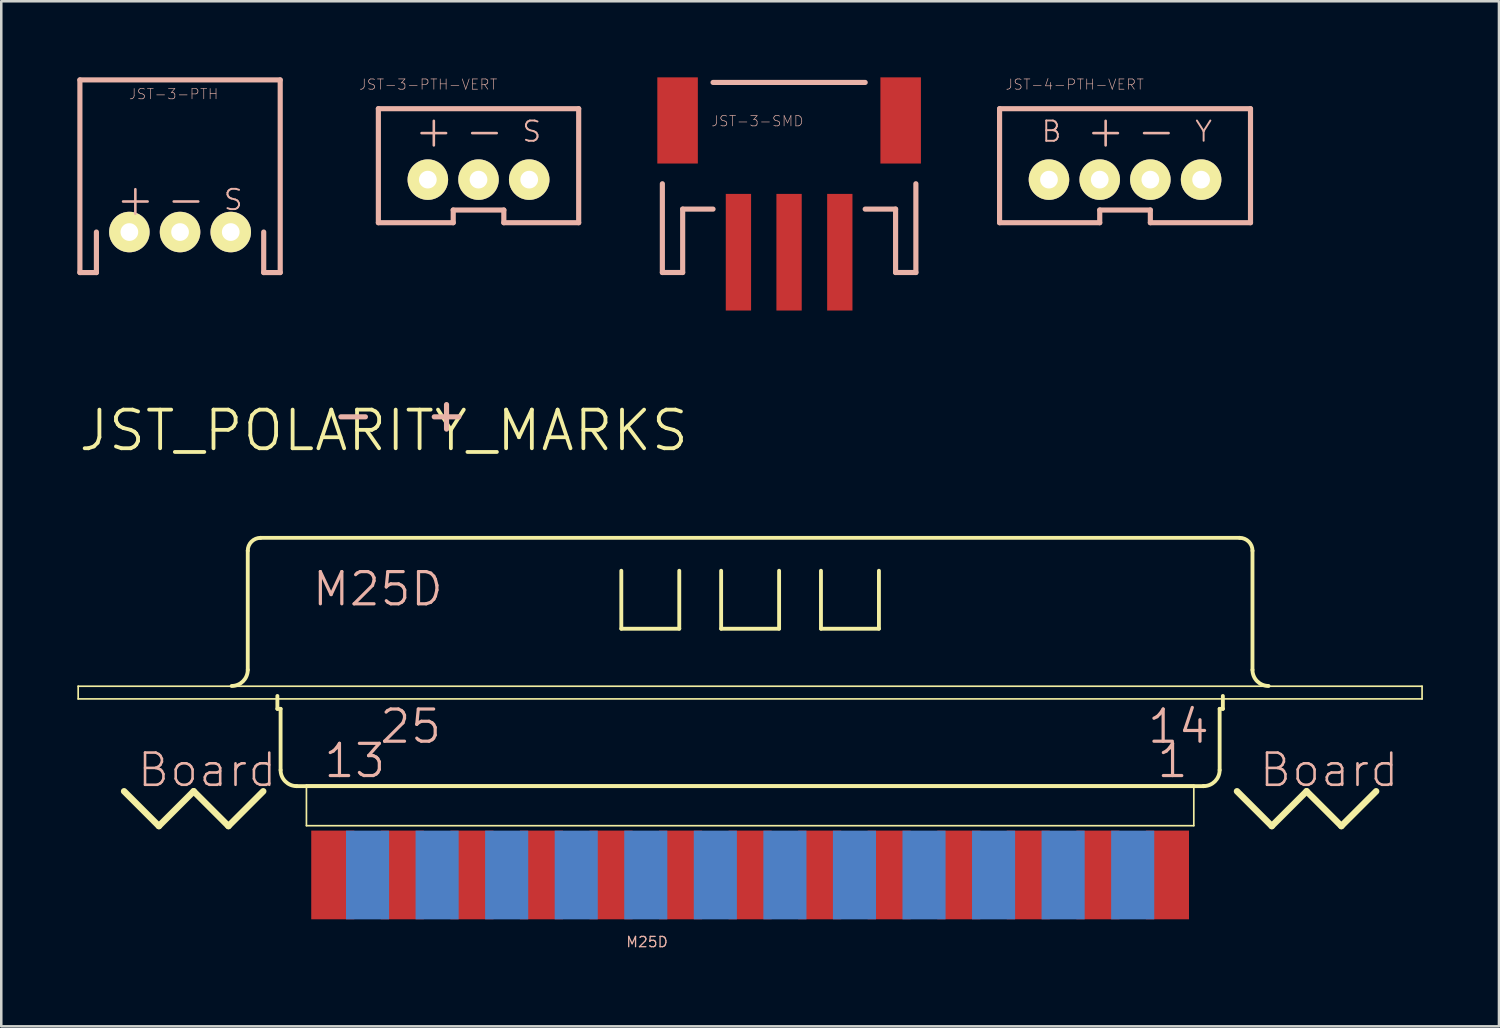
<source format=kicad_pcb>
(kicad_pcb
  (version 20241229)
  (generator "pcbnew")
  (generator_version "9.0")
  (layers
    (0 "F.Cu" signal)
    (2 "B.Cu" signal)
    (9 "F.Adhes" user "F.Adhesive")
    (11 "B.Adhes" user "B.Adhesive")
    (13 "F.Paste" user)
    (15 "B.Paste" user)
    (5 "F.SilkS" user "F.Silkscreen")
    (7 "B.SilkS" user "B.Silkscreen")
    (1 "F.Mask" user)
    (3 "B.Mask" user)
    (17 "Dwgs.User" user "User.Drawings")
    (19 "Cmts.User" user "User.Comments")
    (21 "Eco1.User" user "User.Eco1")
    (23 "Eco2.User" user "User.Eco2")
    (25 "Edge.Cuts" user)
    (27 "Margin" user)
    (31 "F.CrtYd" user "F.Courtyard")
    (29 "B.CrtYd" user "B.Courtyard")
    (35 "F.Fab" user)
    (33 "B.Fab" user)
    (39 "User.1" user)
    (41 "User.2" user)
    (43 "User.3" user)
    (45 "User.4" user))
  (footprint "JST_POLARITY_MARKS"
    (layer "F.Cu")
    (at 12.083 13.931)
    (property "Reference" "JST_POLARITY_MARKS" (at 0 0 0) (layer "F.SilkS") (effects (font (size 1.524 1.524) (thickness 0.15))))
    (attr exclude_from_pos_files exclude_from_bom)
    (fp_text user "-" (at -1.206 -0.635 0) (layer "B.SilkS") (effects (font (size 1.27 1.27) (thickness 0.203))))
    (fp_text user "+" (at 2.477 -0.635 0) (layer "B.SilkS") (effects (font (size 1.27 1.27) (thickness 0.203)))))
  (footprint "JST-3-PTH"
    (layer "F.Cu")
    (at 4.051 6.101)
    (property "Reference" "JST-3-PTH" (at -0.254 -5.441 0) (layer "B.SilkS") (effects (font (size 0.406 0.406) (thickness 0.025))))
    (attr exclude_from_pos_files exclude_from_bom)
    (fp_line (start -3.95 -5.999) (end 3.95 -5.999) (stroke (width 0.203) (type solid)) (layer "B.SilkS"))
    (fp_line (start -3.95 1.598) (end -3.95 -5.999) (stroke (width 0.203) (type solid)) (layer "B.SilkS"))
    (fp_line (start -3.95 1.598) (end -3.299 1.598) (stroke (width 0.203) (type solid)) (layer "B.SilkS"))
    (fp_line (start -3.299 1.598) (end -3.299 0) (stroke (width 0.203) (type solid)) (layer "B.SilkS"))
    (fp_line (start 3.299 1.598) (end 3.299 0) (stroke (width 0.203) (type solid)) (layer "B.SilkS"))
    (fp_line (start 3.95 -5.999) (end 3.95 1.598) (stroke (width 0.203) (type solid)) (layer "B.SilkS"))
    (fp_line (start 3.95 1.598) (end 3.299 1.598) (stroke (width 0.203) (type solid)) (layer "B.SilkS"))
    (fp_text user "+" (at -1.763 -1.303 0) (layer "B.SilkS") (effects (font (size 1.27 1.27) (thickness 0.102))))
    (fp_text user "-" (at 0.234 -1.303 0) (layer "B.SilkS") (effects (font (size 1.27 1.27) (thickness 0.102))))
    (fp_text user "S" (at 2.098 -1.27 0) (layer "B.SilkS") (effects (font (size 0.798 0.798) (thickness 0.076))))
    (pad "1" thru_hole circle (at -1.999 0) (size 1.598 1.598) (drill 0.699) (layers "*.Cu" "F.Mask" "F.SilkS" "F.Paste"))
    (pad "2" thru_hole circle (at 0 0) (size 1.598 1.598) (drill 0.699) (layers "*.Cu" "F.Mask" "F.SilkS" "F.Paste"))
    (pad "3" thru_hole circle (at 1.999 0) (size 1.598 1.598) (drill 0.699) (layers "*.Cu" "F.Mask" "F.SilkS" "F.Paste")))
  (footprint "JST-3-PTH-VERT"
    (layer "F.Cu")
    (at 15.822 3.485)
    (property "Reference" "JST-3-PTH-VERT" (at -1.984 -3.203 0) (layer "B.SilkS") (effects (font (size 0.406 0.406) (thickness 0.025))))
    (attr exclude_from_pos_files exclude_from_bom)
    (fp_line (start -3.95 -2.248) (end 3.95 -2.248) (stroke (width 0.203) (type solid)) (layer "B.SilkS"))
    (fp_line (start -3.95 2.248) (end -3.95 -2.248) (stroke (width 0.203) (type solid)) (layer "B.SilkS"))
    (fp_line (start -0.998 1.748) (end -0.998 2.248) (stroke (width 0.203) (type solid)) (layer "B.SilkS"))
    (fp_line (start -0.998 1.748) (end 0.998 1.748) (stroke (width 0.203) (type solid)) (layer "B.SilkS"))
    (fp_line (start -0.998 2.248) (end -3.95 2.248) (stroke (width 0.203) (type solid)) (layer "B.SilkS"))
    (fp_line (start 0.998 1.748) (end 0.998 2.248) (stroke (width 0.203) (type solid)) (layer "B.SilkS"))
    (fp_line (start 3.95 -2.248) (end 3.95 2.248) (stroke (width 0.203) (type solid)) (layer "B.SilkS"))
    (fp_line (start 3.95 2.248) (end 0.998 2.248) (stroke (width 0.203) (type solid)) (layer "B.SilkS"))
    (fp_text user "-" (at 0.234 -1.384 0) (layer "B.SilkS") (effects (font (size 1.27 1.27) (thickness 0.102))))
    (fp_text user "+" (at -1.763 -1.384 0) (layer "B.SilkS") (effects (font (size 1.27 1.27) (thickness 0.102))))
    (fp_text user "S" (at 2.098 -1.349 0) (layer "B.SilkS") (effects (font (size 0.798 0.798) (thickness 0.076))))
    (pad "1" thru_hole circle (at -1.999 0.549) (size 1.598 1.598) (drill 0.699) (layers "*.Cu" "F.Mask" "F.SilkS" "F.Paste"))
    (pad "2" thru_hole circle (at 0 0.549) (size 1.598 1.598) (drill 0.699) (layers "*.Cu" "F.Mask" "F.SilkS" "F.Paste"))
    (pad "3" thru_hole circle (at 1.999 0.549) (size 1.598 1.598) (drill 0.699) (layers "*.Cu" "F.Mask" "F.SilkS" "F.Paste")))
  (footprint "M25D"
    (layer "F.Cu")
    (at 26.533 25.413)
    (property "Reference" "M25D" (at -4.064 8.687 0) (layer "B.SilkS") (effects (font (size 0.406 0.406) (thickness 0.051))))
    (attr smd)
    (fp_line (start -26.5 -1.4) (end 26.5 -1.4) (stroke (width 0.066) (type solid)) (layer "F.SilkS"))
    (fp_line (start -26.5 -0.899) (end -26.5 -1.4) (stroke (width 0.066) (type solid)) (layer "F.SilkS"))
    (fp_line (start -26.5 -0.899) (end 26.5 -0.899) (stroke (width 0.066) (type solid)) (layer "F.SilkS"))
    (fp_line (start -24.689 2.743) (end -23.317 4.115) (stroke (width 0.254) (type solid)) (layer "F.SilkS"))
    (fp_line (start -23.317 4.115) (end -21.946 2.743) (stroke (width 0.254) (type solid)) (layer "F.SilkS"))
    (fp_line (start -21.946 2.743) (end -20.574 4.115) (stroke (width 0.254) (type solid)) (layer "F.SilkS"))
    (fp_line (start -20.574 4.115) (end -19.202 2.743) (stroke (width 0.254) (type solid)) (layer "F.SilkS"))
    (fp_line (start -19.812 -2.045) (end -19.812 -6.744) (stroke (width 0.152) (type solid)) (layer "F.SilkS"))
    (fp_line (start -19.304 -7.252) (end 19.304 -7.252) (stroke (width 0.152) (type solid)) (layer "F.SilkS"))
    (fp_line (start -18.644 -0.508) (end -18.644 -1.016) (stroke (width 0.152) (type solid)) (layer "F.SilkS"))
    (fp_line (start -18.644 -0.508) (end -18.517 -0.508) (stroke (width 0.152) (type solid)) (layer "F.SilkS"))
    (fp_line (start -18.517 1.905) (end -18.517 -0.508) (stroke (width 0.152) (type solid)) (layer "F.SilkS"))
    (fp_line (start -17.899 2.54) (end 17.882 2.54) (stroke (width 0.152) (type solid)) (layer "F.SilkS"))
    (fp_line (start -17.498 2.499) (end 17.498 2.499) (stroke (width 0.066) (type solid)) (layer "F.SilkS"))
    (fp_line (start -17.498 4.1) (end -17.498 2.499) (stroke (width 0.066) (type solid)) (layer "F.SilkS"))
    (fp_line (start -17.498 4.1) (end 17.498 4.1) (stroke (width 0.066) (type solid)) (layer "F.SilkS"))
    (fp_line (start -5.08 -3.668) (end -5.08 -5.954) (stroke (width 0.152) (type solid)) (layer "F.SilkS"))
    (fp_line (start -2.794 -5.954) (end -2.794 -3.668) (stroke (width 0.152) (type solid)) (layer "F.SilkS"))
    (fp_line (start -2.794 -3.668) (end -5.08 -3.668) (stroke (width 0.152) (type solid)) (layer "F.SilkS"))
    (fp_line (start -1.143 -3.668) (end -1.143 -5.954) (stroke (width 0.152) (type solid)) (layer "F.SilkS"))
    (fp_line (start 1.143 -5.954) (end 1.143 -3.668) (stroke (width 0.152) (type solid)) (layer "F.SilkS"))
    (fp_line (start 1.143 -3.668) (end -1.143 -3.668) (stroke (width 0.152) (type solid)) (layer "F.SilkS"))
    (fp_line (start 2.794 -3.668) (end 2.794 -5.954) (stroke (width 0.152) (type solid)) (layer "F.SilkS"))
    (fp_line (start 5.08 -5.954) (end 5.08 -3.668) (stroke (width 0.152) (type solid)) (layer "F.SilkS"))
    (fp_line (start 5.08 -3.668) (end 2.794 -3.668) (stroke (width 0.152) (type solid)) (layer "F.SilkS"))
    (fp_line (start 17.498 4.1) (end 17.498 2.499) (stroke (width 0.066) (type solid)) (layer "F.SilkS"))
    (fp_line (start 17.882 2.54) (end 17.899 2.54) (stroke (width 0.152) (type solid)) (layer "F.SilkS"))
    (fp_line (start 18.517 -0.508) (end 18.644 -0.508) (stroke (width 0.152) (type solid)) (layer "F.SilkS"))
    (fp_line (start 18.517 1.905) (end 18.517 -0.508) (stroke (width 0.152) (type solid)) (layer "F.SilkS"))
    (fp_line (start 18.644 -0.508) (end 18.644 -1.016) (stroke (width 0.152) (type solid)) (layer "F.SilkS"))
    (fp_line (start 19.202 2.743) (end 20.574 4.115) (stroke (width 0.254) (type solid)) (layer "F.SilkS"))
    (fp_line (start 19.812 -2.045) (end 19.812 -6.744) (stroke (width 0.152) (type solid)) (layer "F.SilkS"))
    (fp_line (start 20.574 4.115) (end 21.946 2.743) (stroke (width 0.254) (type solid)) (layer "F.SilkS"))
    (fp_line (start 21.946 2.743) (end 23.317 4.115) (stroke (width 0.254) (type solid)) (layer "F.SilkS"))
    (fp_line (start 23.317 4.115) (end 24.689 2.743) (stroke (width 0.254) (type solid)) (layer "F.SilkS"))
    (fp_line (start 26.5 -0.899) (end 26.5 -1.4) (stroke (width 0.066) (type solid)) (layer "F.SilkS"))
    (fp_arc (start -19.812 -6.7437) (mid -19.66321 -7.10291) (end -19.304 -7.2517) (stroke (width 0.1524) (type solid)) (layer "F.SilkS"))
    (fp_arc (start -19.812 -2.0447) (mid -19.997987 -1.595687) (end -20.447 -1.4097) (stroke (width 0.1524) (type solid)) (layer "F.SilkS"))
    (fp_arc (start -17.8816 2.54) (mid -18.330613 2.354013) (end -18.5166 1.905) (stroke (width 0.1524) (type solid)) (layer "F.SilkS"))
    (fp_arc (start 18.5166 1.905) (mid 18.330613 2.354013) (end 17.8816 2.54) (stroke (width 0.1524) (type solid)) (layer "F.SilkS"))
    (fp_arc (start 19.304 -7.2517) (mid 19.66321 -7.10291) (end 19.812 -6.7437) (stroke (width 0.1524) (type solid)) (layer "F.SilkS"))
    (fp_arc (start 20.447 -1.4097) (mid 19.997987 -1.595687) (end 19.812 -2.0447) (stroke (width 0.1524) (type solid)) (layer "F.SilkS"))
    (fp_text user "Board " (at -20.93 1.905 0) (layer "B.SilkS") (effects (font (size 1.27 1.27) (thickness 0.102))))
    (fp_text user "13" (at -15.591 1.542 0) (layer "B.SilkS") (effects (font (size 1.27 1.27) (thickness 0.127))))
    (fp_text user "1" (at 16.66 1.542 0) (layer "B.SilkS") (effects (font (size 1.27 1.27) (thickness 0.127))))
    (fp_text user "25" (at -13.388 0.188 0) (layer "B.SilkS") (effects (font (size 1.27 1.27) (thickness 0.127))))
    (fp_text user "14" (at 16.894 0.188 0) (layer "B.SilkS") (effects (font (size 1.27 1.27) (thickness 0.127))))
    (fp_text user "Board" (at 22.835 1.905 0) (layer "B.SilkS") (effects (font (size 1.27 1.27) (thickness 0.102))))
    (fp_text user "M25D" (at -14.681 -5.232 0) (layer "B.SilkS") (effects (font (size 1.27 1.27) (thickness 0.127))))
    (pad "1" smd rect (at 16.459 6.043) (size 1.699 3.498) (layers "F.Cu" "F.Mask" "F.Paste"))
    (pad "2" smd rect (at 13.716 6.043) (size 1.699 3.498) (layers "F.Cu" "F.Mask" "F.Paste"))
    (pad "3" smd rect (at 10.97 6.043) (size 1.699 3.498) (layers "F.Cu" "F.Mask" "F.Paste"))
    (pad "4" smd rect (at 8.23 6.043) (size 1.699 3.498) (layers "F.Cu" "F.Mask" "F.Paste"))
    (pad "5" smd rect (at 5.484 6.043) (size 1.699 3.498) (layers "F.Cu" "F.Mask" "F.Paste"))
    (pad "6" smd rect (at 2.743 6.043) (size 1.699 3.498) (layers "F.Cu" "F.Mask" "F.Paste"))
    (pad "7" smd rect (at 0 6.043) (size 1.699 3.498) (layers "F.Cu" "F.Mask" "F.Paste"))
    (pad "8" smd rect (at -2.743 6.043) (size 1.699 3.498) (layers "F.Cu" "F.Mask" "F.Paste"))
    (pad "9" smd rect (at -5.484 6.043) (size 1.699 3.498) (layers "F.Cu" "F.Mask" "F.Paste"))
    (pad "10" smd rect (at -8.23 6.043) (size 1.699 3.498) (layers "F.Cu" "F.Mask" "F.Paste"))
    (pad "11" smd rect (at -10.97 6.043) (size 1.699 3.498) (layers "F.Cu" "F.Mask" "F.Paste"))
    (pad "12" smd rect (at -13.716 6.043) (size 1.699 3.498) (layers "F.Cu" "F.Mask" "F.Paste"))
    (pad "13" smd rect (at -16.459 6.043) (size 1.699 3.498) (layers "F.Cu" "F.Mask" "F.Paste"))
    (pad "14" smd rect (at 15.088 6.045) (size 1.699 3.498) (layers "B.Cu" "B.Mask"))
    (pad "15" smd rect (at 12.344 6.045) (size 1.699 3.498) (layers "B.Cu" "B.Mask"))
    (pad "16" smd rect (at 9.601 6.045) (size 1.699 3.498) (layers "B.Cu" "B.Mask"))
    (pad "17" smd rect (at 6.858 6.045) (size 1.699 3.498) (layers "B.Cu" "B.Mask"))
    (pad "18" smd rect (at 4.115 6.045) (size 1.699 3.498) (layers "B.Cu" "B.Mask"))
    (pad "19" smd rect (at 1.372 6.045) (size 1.699 3.498) (layers "B.Cu" "B.Mask"))
    (pad "20" smd rect (at -1.372 6.045) (size 1.699 3.498) (layers "B.Cu" "B.Mask"))
    (pad "21" smd rect (at -4.115 6.045) (size 1.699 3.498) (layers "B.Cu" "B.Mask"))
    (pad "22" smd rect (at -6.858 6.045) (size 1.699 3.498) (layers "B.Cu" "B.Mask"))
    (pad "23" smd rect (at -9.601 6.045) (size 1.699 3.498) (layers "B.Cu" "B.Mask"))
    (pad "24" smd rect (at -12.344 6.045) (size 1.699 3.498) (layers "B.Cu" "B.Mask"))
    (pad "25" smd rect (at -15.088 6.045) (size 1.699 3.498) (layers "B.Cu" "B.Mask")))
  (footprint "JST-4-PTH-VERT"
    (layer "F.Cu")
    (at 41.319 3.485)
    (property "Reference" "JST-4-PTH-VERT" (at -1.984 -3.203 0) (layer "B.SilkS") (effects (font (size 0.406 0.406) (thickness 0.025))))
    (attr exclude_from_pos_files exclude_from_bom)
    (fp_line (start -4.948 -2.248) (end 4.948 -2.248) (stroke (width 0.203) (type solid)) (layer "B.SilkS"))
    (fp_line (start -4.948 2.248) (end -4.948 -2.248) (stroke (width 0.203) (type solid)) (layer "B.SilkS"))
    (fp_line (start -0.998 1.748) (end -0.998 2.248) (stroke (width 0.203) (type solid)) (layer "B.SilkS"))
    (fp_line (start -0.998 1.748) (end 0.998 1.748) (stroke (width 0.203) (type solid)) (layer "B.SilkS"))
    (fp_line (start -0.998 2.248) (end -4.948 2.248) (stroke (width 0.203) (type solid)) (layer "B.SilkS"))
    (fp_line (start 0.998 1.748) (end 0.998 2.248) (stroke (width 0.203) (type solid)) (layer "B.SilkS"))
    (fp_line (start 4.948 -2.248) (end 4.948 2.248) (stroke (width 0.203) (type solid)) (layer "B.SilkS"))
    (fp_line (start 4.948 2.248) (end 0.998 2.248) (stroke (width 0.203) (type solid)) (layer "B.SilkS"))
    (fp_text user "Y" (at 3.099 -1.349 0) (layer "B.SilkS") (effects (font (size 0.798 0.798) (thickness 0.076))))
    (fp_text user "-" (at 1.234 -1.384 0) (layer "B.SilkS") (effects (font (size 1.27 1.27) (thickness 0.102))))
    (fp_text user "B" (at -2.898 -1.349 0) (layer "B.SilkS") (effects (font (size 0.798 0.798) (thickness 0.076))))
    (fp_text user "+" (at -0.765 -1.384 0) (layer "B.SilkS") (effects (font (size 1.27 1.27) (thickness 0.102))))
    (pad "1" thru_hole circle (at -3 0.549) (size 1.598 1.598) (drill 0.699) (layers "*.Cu" "F.Mask" "F.SilkS" "F.Paste"))
    (pad "2" thru_hole circle (at -0.998 0.549) (size 1.598 1.598) (drill 0.699) (layers "*.Cu" "F.Mask" "F.SilkS" "F.Paste"))
    (pad "3" thru_hole circle (at 0.998 0.549) (size 1.598 1.598) (drill 0.699) (layers "*.Cu" "F.Mask" "F.SilkS" "F.Paste"))
    (pad "4" thru_hole circle (at 3 0.549) (size 1.598 1.598) (drill 0.699) (layers "*.Cu" "F.Mask" "F.SilkS" "F.Paste")))
  (footprint "JST-3-SMD"
    (layer "F.Cu")
    (at 28.061 2.129)
    (property "Reference" "JST-3-SMD" (at -1.242 -0.401 0) (layer "B.SilkS") (effects (font (size 0.406 0.406) (thickness 0.025))))
    (attr smd)
    (fp_line (start -4.989 2.068) (end -4.989 5.568) (stroke (width 0.203) (type solid)) (layer "B.SilkS"))
    (fp_line (start -4.989 5.568) (end -4.188 5.568) (stroke (width 0.203) (type solid)) (layer "B.SilkS"))
    (fp_line (start -4.188 3.068) (end -2.99 3.068) (stroke (width 0.203) (type solid)) (layer "B.SilkS"))
    (fp_line (start -4.188 5.568) (end -4.188 3.068) (stroke (width 0.203) (type solid)) (layer "B.SilkS"))
    (fp_line (start 3.01 -1.928) (end -2.99 -1.928) (stroke (width 0.203) (type solid)) (layer "B.SilkS"))
    (fp_line (start 3.01 3.068) (end 4.209 3.068) (stroke (width 0.203) (type solid)) (layer "B.SilkS"))
    (fp_line (start 4.209 3.068) (end 4.209 5.568) (stroke (width 0.203) (type solid)) (layer "B.SilkS"))
    (fp_line (start 4.209 5.568) (end 5.009 5.568) (stroke (width 0.203) (type solid)) (layer "B.SilkS"))
    (fp_line (start 5.009 5.568) (end 5.009 2.068) (stroke (width 0.203) (type solid)) (layer "B.SilkS"))
    (pad "1" smd rect (at -1.989 4.768) (size 0.998 4.6) (layers "F.Cu" "F.Mask" "F.Paste"))
    (pad "2" smd rect (at 0.008 4.768) (size 0.998 4.6) (layers "F.Cu" "F.Mask" "F.Paste"))
    (pad "3" smd rect (at 2.009 4.768) (size 0.998 4.6) (layers "F.Cu" "F.Mask" "F.Paste"))
    (pad "NC1" smd rect (at -4.389 -0.429 90) (size 3.399 1.598) (layers "F.Cu" "F.Mask" "F.Paste"))
    (pad "NC2" smd rect (at 4.409 -0.429 90) (size 3.399 1.598) (layers "F.Cu" "F.Mask" "F.Paste")))
  (gr_rect
    (start -3 -3)
    (end 56.066 37.427)
    (stroke (width 0.1) (type default))
    (fill no)
    (layer "Edge.Cuts")))
</source>
